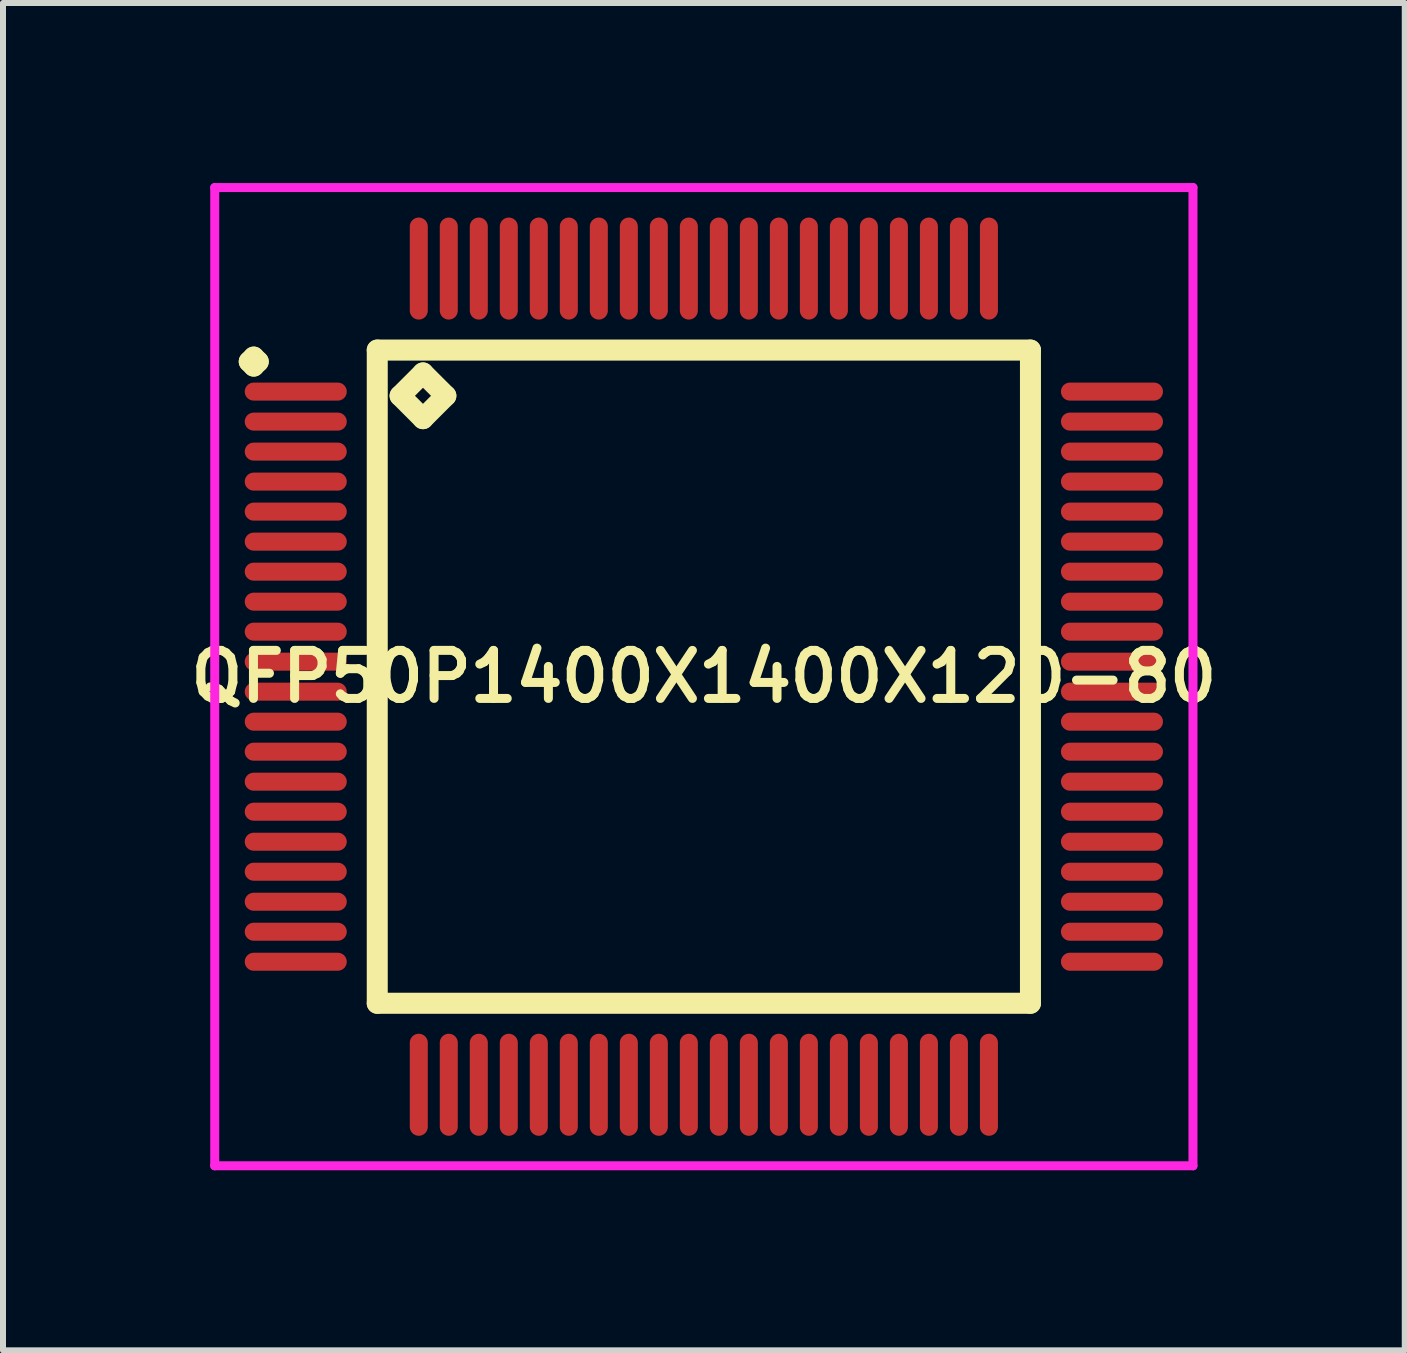
<source format=kicad_pcb>
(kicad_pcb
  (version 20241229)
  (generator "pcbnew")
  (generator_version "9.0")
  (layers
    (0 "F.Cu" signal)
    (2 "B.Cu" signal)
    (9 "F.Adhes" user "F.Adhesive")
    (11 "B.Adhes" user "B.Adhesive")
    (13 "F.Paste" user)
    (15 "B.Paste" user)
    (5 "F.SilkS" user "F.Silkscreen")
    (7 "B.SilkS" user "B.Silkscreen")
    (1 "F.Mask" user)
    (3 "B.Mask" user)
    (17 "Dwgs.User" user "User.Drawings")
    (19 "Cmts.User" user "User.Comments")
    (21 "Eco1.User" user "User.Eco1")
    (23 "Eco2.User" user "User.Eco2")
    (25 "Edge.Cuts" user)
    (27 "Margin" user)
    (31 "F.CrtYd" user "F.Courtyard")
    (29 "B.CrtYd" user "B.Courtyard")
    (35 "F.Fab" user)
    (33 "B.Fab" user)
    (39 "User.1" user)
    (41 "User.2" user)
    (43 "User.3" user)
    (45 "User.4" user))
  (footprint "QFP50P1400X1400X120-80"
    (layer "F.Cu")
    (at 8.678 8.225)
    (property "Reference" "QFP50P1400X1400X120-80" (at 0 0 0) (layer "F.SilkS") (effects (font (size 0.8 0.8) (thickness 0.15))))
    (attr smd)
    (fp_line (start -7.575 -5.25) (end -7.5 -5.325) (stroke (width 0.35) (type solid)) (layer "F.SilkS"))
    (fp_line (start -7.5 -5.325) (end -7.425 -5.25) (stroke (width 0.35) (type solid)) (layer "F.SilkS"))
    (fp_line (start -7.5 -5.175) (end -7.575 -5.25) (stroke (width 0.35) (type solid)) (layer "F.SilkS"))
    (fp_line (start -7.425 -5.25) (end -7.5 -5.175) (stroke (width 0.35) (type solid)) (layer "F.SilkS"))
    (fp_line (start -5.442 -5.442) (end -5.442 5.442) (stroke (width 0.35) (type solid)) (layer "F.SilkS"))
    (fp_line (start -5.442 5.442) (end 5.442 5.442) (stroke (width 0.35) (type solid)) (layer "F.SilkS"))
    (fp_line (start -5.061 -4.68) (end -4.68 -5.061) (stroke (width 0.35) (type solid)) (layer "F.SilkS"))
    (fp_line (start -4.68 -5.061) (end -4.299 -4.68) (stroke (width 0.35) (type solid)) (layer "F.SilkS"))
    (fp_line (start -4.68 -4.299) (end -5.061 -4.68) (stroke (width 0.35) (type solid)) (layer "F.SilkS"))
    (fp_line (start -4.299 -4.68) (end -4.68 -4.299) (stroke (width 0.35) (type solid)) (layer "F.SilkS"))
    (fp_line (start 5.442 -5.442) (end -5.442 -5.442) (stroke (width 0.35) (type solid)) (layer "F.SilkS"))
    (fp_line (start 5.442 5.442) (end 5.442 -5.442) (stroke (width 0.35) (type solid)) (layer "F.SilkS"))
    (fp_line (start -8.15 -8.15) (end 8.15 -8.15) (stroke (width 0.15) (type solid)) (layer "F.CrtYd"))
    (fp_line (start -8.15 8.15) (end -8.15 -8.15) (stroke (width 0.15) (type solid)) (layer "F.CrtYd"))
    (fp_line (start 8.15 -8.15) (end 8.15 8.15) (stroke (width 0.15) (type solid)) (layer "F.CrtYd"))
    (fp_line (start 8.15 8.15) (end -8.15 8.15) (stroke (width 0.15) (type solid)) (layer "F.CrtYd"))
    (pad "1" smd oval (at -6.8 -4.75) (size 1.7 0.3) (layers "F.Cu" "F.Mask" "F.Paste"))
    (pad "2" smd oval (at -6.8 -4.25) (size 1.7 0.3) (layers "F.Cu" "F.Mask" "F.Paste"))
    (pad "3" smd oval (at -6.8 -3.75) (size 1.7 0.3) (layers "F.Cu" "F.Mask" "F.Paste"))
    (pad "4" smd oval (at -6.8 -3.25) (size 1.7 0.3) (layers "F.Cu" "F.Mask" "F.Paste"))
    (pad "5" smd oval (at -6.8 -2.75) (size 1.7 0.3) (layers "F.Cu" "F.Mask" "F.Paste"))
    (pad "6" smd oval (at -6.8 -2.25) (size 1.7 0.3) (layers "F.Cu" "F.Mask" "F.Paste"))
    (pad "7" smd oval (at -6.8 -1.75) (size 1.7 0.3) (layers "F.Cu" "F.Mask" "F.Paste"))
    (pad "8" smd oval (at -6.8 -1.25) (size 1.7 0.3) (layers "F.Cu" "F.Mask" "F.Paste"))
    (pad "9" smd oval (at -6.8 -0.75) (size 1.7 0.3) (layers "F.Cu" "F.Mask" "F.Paste"))
    (pad "10" smd oval (at -6.8 -0.25) (size 1.7 0.3) (layers "F.Cu" "F.Mask" "F.Paste"))
    (pad "11" smd oval (at -6.8 0.25) (size 1.7 0.3) (layers "F.Cu" "F.Mask" "F.Paste"))
    (pad "12" smd oval (at -6.8 0.75) (size 1.7 0.3) (layers "F.Cu" "F.Mask" "F.Paste"))
    (pad "13" smd oval (at -6.8 1.25) (size 1.7 0.3) (layers "F.Cu" "F.Mask" "F.Paste"))
    (pad "14" smd oval (at -6.8 1.75) (size 1.7 0.3) (layers "F.Cu" "F.Mask" "F.Paste"))
    (pad "15" smd oval (at -6.8 2.25) (size 1.7 0.3) (layers "F.Cu" "F.Mask" "F.Paste"))
    (pad "16" smd oval (at -6.8 2.75) (size 1.7 0.3) (layers "F.Cu" "F.Mask" "F.Paste"))
    (pad "17" smd oval (at -6.8 3.25) (size 1.7 0.3) (layers "F.Cu" "F.Mask" "F.Paste"))
    (pad "18" smd oval (at -6.8 3.75) (size 1.7 0.3) (layers "F.Cu" "F.Mask" "F.Paste"))
    (pad "19" smd oval (at -6.8 4.25) (size 1.7 0.3) (layers "F.Cu" "F.Mask" "F.Paste"))
    (pad "20" smd oval (at -6.8 4.75) (size 1.7 0.3) (layers "F.Cu" "F.Mask" "F.Paste"))
    (pad "21" smd oval (at -4.75 6.8) (size 0.3 1.7) (layers "F.Cu" "F.Mask" "F.Paste"))
    (pad "22" smd oval (at -4.25 6.8) (size 0.3 1.7) (layers "F.Cu" "F.Mask" "F.Paste"))
    (pad "23" smd oval (at -3.75 6.8) (size 0.3 1.7) (layers "F.Cu" "F.Mask" "F.Paste"))
    (pad "24" smd oval (at -3.25 6.8) (size 0.3 1.7) (layers "F.Cu" "F.Mask" "F.Paste"))
    (pad "25" smd oval (at -2.75 6.8) (size 0.3 1.7) (layers "F.Cu" "F.Mask" "F.Paste"))
    (pad "26" smd oval (at -2.25 6.8) (size 0.3 1.7) (layers "F.Cu" "F.Mask" "F.Paste"))
    (pad "27" smd oval (at -1.75 6.8) (size 0.3 1.7) (layers "F.Cu" "F.Mask" "F.Paste"))
    (pad "28" smd oval (at -1.25 6.8) (size 0.3 1.7) (layers "F.Cu" "F.Mask" "F.Paste"))
    (pad "29" smd oval (at -0.75 6.8) (size 0.3 1.7) (layers "F.Cu" "F.Mask" "F.Paste"))
    (pad "30" smd oval (at -0.25 6.8) (size 0.3 1.7) (layers "F.Cu" "F.Mask" "F.Paste"))
    (pad "31" smd oval (at 0.25 6.8) (size 0.3 1.7) (layers "F.Cu" "F.Mask" "F.Paste"))
    (pad "32" smd oval (at 0.75 6.8) (size 0.3 1.7) (layers "F.Cu" "F.Mask" "F.Paste"))
    (pad "33" smd oval (at 1.25 6.8) (size 0.3 1.7) (layers "F.Cu" "F.Mask" "F.Paste"))
    (pad "34" smd oval (at 1.75 6.8) (size 0.3 1.7) (layers "F.Cu" "F.Mask" "F.Paste"))
    (pad "35" smd oval (at 2.25 6.8) (size 0.3 1.7) (layers "F.Cu" "F.Mask" "F.Paste"))
    (pad "36" smd oval (at 2.75 6.8) (size 0.3 1.7) (layers "F.Cu" "F.Mask" "F.Paste"))
    (pad "37" smd oval (at 3.25 6.8) (size 0.3 1.7) (layers "F.Cu" "F.Mask" "F.Paste"))
    (pad "38" smd oval (at 3.75 6.8) (size 0.3 1.7) (layers "F.Cu" "F.Mask" "F.Paste"))
    (pad "39" smd oval (at 4.25 6.8) (size 0.3 1.7) (layers "F.Cu" "F.Mask" "F.Paste"))
    (pad "40" smd oval (at 4.75 6.8) (size 0.3 1.7) (layers "F.Cu" "F.Mask" "F.Paste"))
    (pad "41" smd oval (at 6.8 4.75) (size 1.7 0.3) (layers "F.Cu" "F.Mask" "F.Paste"))
    (pad "42" smd oval (at 6.8 4.25) (size 1.7 0.3) (layers "F.Cu" "F.Mask" "F.Paste"))
    (pad "43" smd oval (at 6.8 3.75) (size 1.7 0.3) (layers "F.Cu" "F.Mask" "F.Paste"))
    (pad "44" smd oval (at 6.8 3.25) (size 1.7 0.3) (layers "F.Cu" "F.Mask" "F.Paste"))
    (pad "45" smd oval (at 6.8 2.75) (size 1.7 0.3) (layers "F.Cu" "F.Mask" "F.Paste"))
    (pad "46" smd oval (at 6.8 2.25) (size 1.7 0.3) (layers "F.Cu" "F.Mask" "F.Paste"))
    (pad "47" smd oval (at 6.8 1.75) (size 1.7 0.3) (layers "F.Cu" "F.Mask" "F.Paste"))
    (pad "48" smd oval (at 6.8 1.25) (size 1.7 0.3) (layers "F.Cu" "F.Mask" "F.Paste"))
    (pad "49" smd oval (at 6.8 0.75) (size 1.7 0.3) (layers "F.Cu" "F.Mask" "F.Paste"))
    (pad "50" smd oval (at 6.8 0.25) (size 1.7 0.3) (layers "F.Cu" "F.Mask" "F.Paste"))
    (pad "51" smd oval (at 6.8 -0.25) (size 1.7 0.3) (layers "F.Cu" "F.Mask" "F.Paste"))
    (pad "52" smd oval (at 6.8 -0.75) (size 1.7 0.3) (layers "F.Cu" "F.Mask" "F.Paste"))
    (pad "53" smd oval (at 6.8 -1.25) (size 1.7 0.3) (layers "F.Cu" "F.Mask" "F.Paste"))
    (pad "54" smd oval (at 6.8 -1.75) (size 1.7 0.3) (layers "F.Cu" "F.Mask" "F.Paste"))
    (pad "55" smd oval (at 6.8 -2.25) (size 1.7 0.3) (layers "F.Cu" "F.Mask" "F.Paste"))
    (pad "56" smd oval (at 6.8 -2.75) (size 1.7 0.3) (layers "F.Cu" "F.Mask" "F.Paste"))
    (pad "57" smd oval (at 6.8 -3.25) (size 1.7 0.3) (layers "F.Cu" "F.Mask" "F.Paste"))
    (pad "58" smd oval (at 6.8 -3.75) (size 1.7 0.3) (layers "F.Cu" "F.Mask" "F.Paste"))
    (pad "59" smd oval (at 6.8 -4.25) (size 1.7 0.3) (layers "F.Cu" "F.Mask" "F.Paste"))
    (pad "60" smd oval (at 6.8 -4.75) (size 1.7 0.3) (layers "F.Cu" "F.Mask" "F.Paste"))
    (pad "61" smd oval (at 4.75 -6.8) (size 0.3 1.7) (layers "F.Cu" "F.Mask" "F.Paste"))
    (pad "62" smd oval (at 4.25 -6.8) (size 0.3 1.7) (layers "F.Cu" "F.Mask" "F.Paste"))
    (pad "63" smd oval (at 3.75 -6.8) (size 0.3 1.7) (layers "F.Cu" "F.Mask" "F.Paste"))
    (pad "64" smd oval (at 3.25 -6.8) (size 0.3 1.7) (layers "F.Cu" "F.Mask" "F.Paste"))
    (pad "65" smd oval (at 2.75 -6.8) (size 0.3 1.7) (layers "F.Cu" "F.Mask" "F.Paste"))
    (pad "66" smd oval (at 2.25 -6.8) (size 0.3 1.7) (layers "F.Cu" "F.Mask" "F.Paste"))
    (pad "67" smd oval (at 1.75 -6.8) (size 0.3 1.7) (layers "F.Cu" "F.Mask" "F.Paste"))
    (pad "68" smd oval (at 1.25 -6.8) (size 0.3 1.7) (layers "F.Cu" "F.Mask" "F.Paste"))
    (pad "69" smd oval (at 0.75 -6.8) (size 0.3 1.7) (layers "F.Cu" "F.Mask" "F.Paste"))
    (pad "70" smd oval (at 0.25 -6.8) (size 0.3 1.7) (layers "F.Cu" "F.Mask" "F.Paste"))
    (pad "71" smd oval (at -0.25 -6.8) (size 0.3 1.7) (layers "F.Cu" "F.Mask" "F.Paste"))
    (pad "72" smd oval (at -0.75 -6.8) (size 0.3 1.7) (layers "F.Cu" "F.Mask" "F.Paste"))
    (pad "73" smd oval (at -1.25 -6.8) (size 0.3 1.7) (layers "F.Cu" "F.Mask" "F.Paste"))
    (pad "74" smd oval (at -1.75 -6.8) (size 0.3 1.7) (layers "F.Cu" "F.Mask" "F.Paste"))
    (pad "75" smd oval (at -2.25 -6.8) (size 0.3 1.7) (layers "F.Cu" "F.Mask" "F.Paste"))
    (pad "76" smd oval (at -2.75 -6.8) (size 0.3 1.7) (layers "F.Cu" "F.Mask" "F.Paste"))
    (pad "77" smd oval (at -3.25 -6.8) (size 0.3 1.7) (layers "F.Cu" "F.Mask" "F.Paste"))
    (pad "78" smd oval (at -3.75 -6.8) (size 0.3 1.7) (layers "F.Cu" "F.Mask" "F.Paste"))
    (pad "79" smd oval (at -4.25 -6.8) (size 0.3 1.7) (layers "F.Cu" "F.Mask" "F.Paste"))
    (pad "80" smd oval (at -4.75 -6.8) (size 0.3 1.7) (layers "F.Cu" "F.Mask" "F.Paste")))
  (gr_rect
    (start -3 -3)
    (end 20.357 19.45)
    (stroke (width 0.1) (type default))
    (fill no)
    (layer "Edge.Cuts")))
</source>
